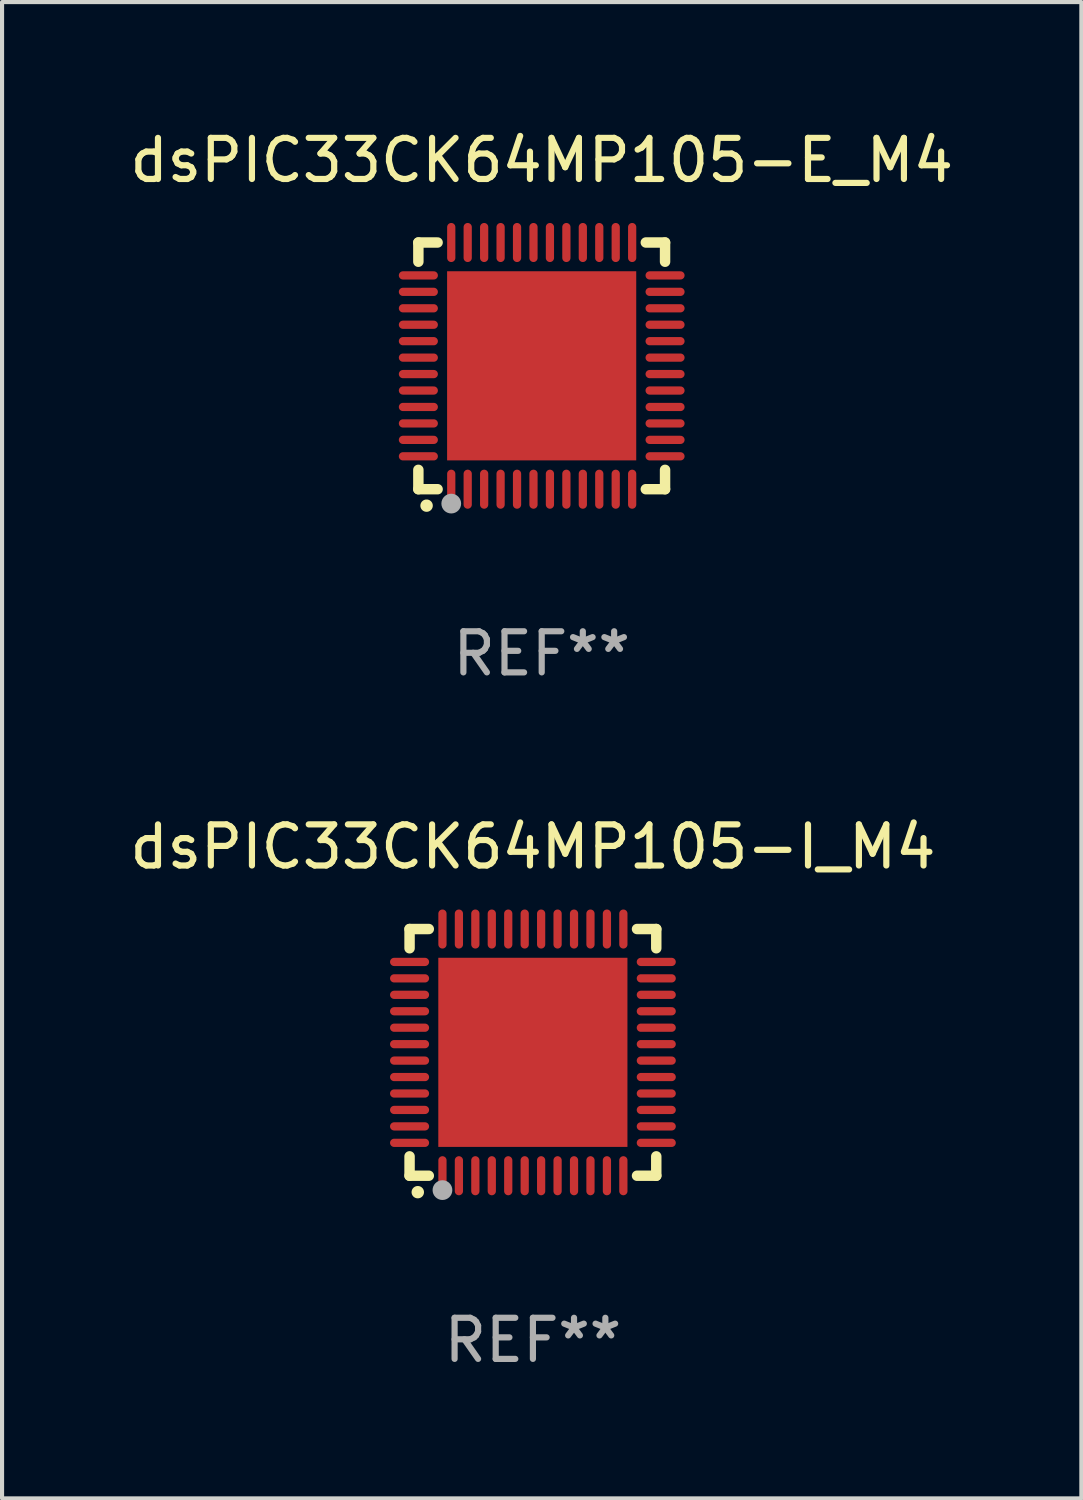
<source format=kicad_pcb>
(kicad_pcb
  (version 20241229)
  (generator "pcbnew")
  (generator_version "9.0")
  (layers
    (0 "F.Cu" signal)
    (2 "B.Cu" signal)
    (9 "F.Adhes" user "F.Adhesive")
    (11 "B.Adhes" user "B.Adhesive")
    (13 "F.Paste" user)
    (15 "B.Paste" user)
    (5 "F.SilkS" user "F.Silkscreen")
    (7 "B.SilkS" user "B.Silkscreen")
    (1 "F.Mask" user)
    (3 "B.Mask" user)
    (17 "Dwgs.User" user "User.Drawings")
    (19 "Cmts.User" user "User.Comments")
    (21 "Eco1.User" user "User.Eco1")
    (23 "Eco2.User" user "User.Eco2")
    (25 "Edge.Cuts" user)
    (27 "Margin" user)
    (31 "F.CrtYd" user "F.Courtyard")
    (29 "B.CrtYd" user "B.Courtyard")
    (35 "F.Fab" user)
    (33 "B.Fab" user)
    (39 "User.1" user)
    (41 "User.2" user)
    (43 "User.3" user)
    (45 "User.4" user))
  (footprint "dsPIC33CK64MP105-I_M4"
    (layer "F.Cu")
    (at 9.911 22.545)
    (property "Reference" "dsPIC33CK64MP105-I_M4" (at 0 -5 0) (layer "F.SilkS") (effects (font (size 1 1) (thickness 0.15))))
    (attr through_hole)
    (fp_line (start -3 -3) (end -2.532 -3) (stroke (width 0.254) (type solid)) (layer "F.SilkS"))
    (fp_line (start -3 -2.532) (end -3 -3) (stroke (width 0.254) (type solid)) (layer "F.SilkS"))
    (fp_line (start -3 3) (end -3 2.529) (stroke (width 0.254) (type solid)) (layer "F.SilkS"))
    (fp_line (start -2.532 3) (end -3 3) (stroke (width 0.254) (type solid)) (layer "F.SilkS"))
    (fp_line (start 2.532 -3) (end 3 -3) (stroke (width 0.254) (type solid)) (layer "F.SilkS"))
    (fp_line (start 3 -3) (end 3 -2.532) (stroke (width 0.254) (type solid)) (layer "F.SilkS"))
    (fp_line (start 3 2.529) (end 3 3) (stroke (width 0.254) (type solid)) (layer "F.SilkS"))
    (fp_line (start 3 3) (end 2.532 3) (stroke (width 0.254) (type solid)) (layer "F.SilkS"))
    (fp_arc (start -2.801295 3.400025) (mid -2.800025 3.40002) (end -2.798755 3.400025) (stroke (width 0.3) (type solid)) (layer "F.SilkS"))
    (fp_circle (center -3 3) (end -2.97 3) (stroke (width 0.06) (type solid)) (fill no) (layer "F.SilkS"))
    (fp_circle (center -2.2 3.35) (end -2.08 3.35) (stroke (width 0.24) (type solid)) (fill no) (layer "F.Fab"))
    (fp_text user "REF**" (at 0 7 0) (layer "F.Fab") (effects (font (size 1 1) (thickness 0.15))))
    (pad "1" smd oval (at -2.2 3) (size 0.2 0.95) (layers "F.Cu" "F.Mask" "F.Paste"))
    (pad "2" smd oval (at -1.8 3) (size 0.2 0.95) (layers "F.Cu" "F.Mask" "F.Paste"))
    (pad "3" smd oval (at -1.4 3) (size 0.2 0.95) (layers "F.Cu" "F.Mask" "F.Paste"))
    (pad "4" smd oval (at -1 3) (size 0.2 0.95) (layers "F.Cu" "F.Mask" "F.Paste"))
    (pad "5" smd oval (at -0.6 3) (size 0.2 0.95) (layers "F.Cu" "F.Mask" "F.Paste"))
    (pad "6" smd oval (at -0.2 3) (size 0.2 0.95) (layers "F.Cu" "F.Mask" "F.Paste"))
    (pad "7" smd oval (at 0.2 3) (size 0.2 0.95) (layers "F.Cu" "F.Mask" "F.Paste"))
    (pad "8" smd oval (at 0.6 3) (size 0.2 0.95) (layers "F.Cu" "F.Mask" "F.Paste"))
    (pad "9" smd oval (at 1 3) (size 0.2 0.95) (layers "F.Cu" "F.Mask" "F.Paste"))
    (pad "10" smd oval (at 1.4 3) (size 0.2 0.95) (layers "F.Cu" "F.Mask" "F.Paste"))
    (pad "11" smd oval (at 1.8 3) (size 0.2 0.95) (layers "F.Cu" "F.Mask" "F.Paste"))
    (pad "12" smd oval (at 2.2 3) (size 0.2 0.95) (layers "F.Cu" "F.Mask" "F.Paste"))
    (pad "13" smd oval (at 3 2.2 90) (size 0.2 0.95) (layers "F.Cu" "F.Mask" "F.Paste"))
    (pad "14" smd oval (at 3 1.8 90) (size 0.2 0.95) (layers "F.Cu" "F.Mask" "F.Paste"))
    (pad "15" smd oval (at 3 1.4 90) (size 0.2 0.95) (layers "F.Cu" "F.Mask" "F.Paste"))
    (pad "16" smd oval (at 3 1 90) (size 0.2 0.95) (layers "F.Cu" "F.Mask" "F.Paste"))
    (pad "17" smd oval (at 3 0.6 90) (size 0.2 0.95) (layers "F.Cu" "F.Mask" "F.Paste"))
    (pad "18" smd oval (at 3 0.2 90) (size 0.2 0.95) (layers "F.Cu" "F.Mask" "F.Paste"))
    (pad "19" smd oval (at 3 -0.2 90) (size 0.2 0.95) (layers "F.Cu" "F.Mask" "F.Paste"))
    (pad "20" smd oval (at 3 -0.6 90) (size 0.2 0.95) (layers "F.Cu" "F.Mask" "F.Paste"))
    (pad "21" smd oval (at 3 -1 90) (size 0.2 0.95) (layers "F.Cu" "F.Mask" "F.Paste"))
    (pad "22" smd oval (at 3 -1.4 90) (size 0.2 0.95) (layers "F.Cu" "F.Mask" "F.Paste"))
    (pad "23" smd oval (at 3 -1.8 90) (size 0.2 0.95) (layers "F.Cu" "F.Mask" "F.Paste"))
    (pad "24" smd oval (at 3 -2.2 90) (size 0.2 0.95) (layers "F.Cu" "F.Mask" "F.Paste"))
    (pad "25" smd oval (at 2.2 -3 180) (size 0.2 0.95) (layers "F.Cu" "F.Mask" "F.Paste"))
    (pad "26" smd oval (at 1.8 -3 180) (size 0.2 0.95) (layers "F.Cu" "F.Mask" "F.Paste"))
    (pad "27" smd oval (at 1.4 -3 180) (size 0.2 0.95) (layers "F.Cu" "F.Mask" "F.Paste"))
    (pad "28" smd oval (at 1 -3 180) (size 0.2 0.95) (layers "F.Cu" "F.Mask" "F.Paste"))
    (pad "29" smd oval (at 0.6 -3 180) (size 0.2 0.95) (layers "F.Cu" "F.Mask" "F.Paste"))
    (pad "30" smd oval (at 0.2 -3 180) (size 0.2 0.95) (layers "F.Cu" "F.Mask" "F.Paste"))
    (pad "31" smd oval (at -0.2 -3 180) (size 0.2 0.95) (layers "F.Cu" "F.Mask" "F.Paste"))
    (pad "32" smd oval (at -0.6 -3 180) (size 0.2 0.95) (layers "F.Cu" "F.Mask" "F.Paste"))
    (pad "33" smd oval (at -1 -3 180) (size 0.2 0.95) (layers "F.Cu" "F.Mask" "F.Paste"))
    (pad "34" smd oval (at -1.4 -3 180) (size 0.2 0.95) (layers "F.Cu" "F.Mask" "F.Paste"))
    (pad "35" smd oval (at -1.8 -3 180) (size 0.2 0.95) (layers "F.Cu" "F.Mask" "F.Paste"))
    (pad "36" smd oval (at -2.2 -3 180) (size 0.2 0.95) (layers "F.Cu" "F.Mask" "F.Paste"))
    (pad "37" smd oval (at -3 -2.2 270) (size 0.2 0.95) (layers "F.Cu" "F.Mask" "F.Paste"))
    (pad "38" smd oval (at -3 -1.8 270) (size 0.2 0.95) (layers "F.Cu" "F.Mask" "F.Paste"))
    (pad "39" smd oval (at -3 -1.4 270) (size 0.2 0.95) (layers "F.Cu" "F.Mask" "F.Paste"))
    (pad "40" smd oval (at -3 -1 270) (size 0.2 0.95) (layers "F.Cu" "F.Mask" "F.Paste"))
    (pad "41" smd oval (at -3 -0.6 270) (size 0.2 0.95) (layers "F.Cu" "F.Mask" "F.Paste"))
    (pad "42" smd oval (at -3 -0.2 270) (size 0.2 0.95) (layers "F.Cu" "F.Mask" "F.Paste"))
    (pad "43" smd oval (at -3 0.2 270) (size 0.2 0.95) (layers "F.Cu" "F.Mask" "F.Paste"))
    (pad "44" smd oval (at -3 0.6 270) (size 0.2 0.95) (layers "F.Cu" "F.Mask" "F.Paste"))
    (pad "45" smd oval (at -3 1 270) (size 0.2 0.95) (layers "F.Cu" "F.Mask" "F.Paste"))
    (pad "46" smd oval (at -3 1.4 270) (size 0.2 0.95) (layers "F.Cu" "F.Mask" "F.Paste"))
    (pad "47" smd oval (at -3 1.8 270) (size 0.2 0.95) (layers "F.Cu" "F.Mask" "F.Paste"))
    (pad "48" smd oval (at -3 2.2 270) (size 0.2 0.95) (layers "F.Cu" "F.Mask" "F.Paste"))
    (pad "49" smd rect (at -0.001 -0.001 180) (size 4.6 4.6) (layers "F.Cu" "F.Mask" "F.Paste")))
  (footprint "dsPIC33CK64MP105-E_M4"
    (layer "F.Cu")
    (at 10.125 5.848)
    (property "Reference" "dsPIC33CK64MP105-E_M4" (at 0 -5 0) (layer "F.SilkS") (effects (font (size 1 1) (thickness 0.15))))
    (attr through_hole)
    (fp_line (start -3 -3) (end -2.532 -3) (stroke (width 0.254) (type solid)) (layer "F.SilkS"))
    (fp_line (start -3 -2.532) (end -3 -3) (stroke (width 0.254) (type solid)) (layer "F.SilkS"))
    (fp_line (start -3 3) (end -3 2.529) (stroke (width 0.254) (type solid)) (layer "F.SilkS"))
    (fp_line (start -2.532 3) (end -3 3) (stroke (width 0.254) (type solid)) (layer "F.SilkS"))
    (fp_line (start 2.532 -3) (end 3 -3) (stroke (width 0.254) (type solid)) (layer "F.SilkS"))
    (fp_line (start 3 -3) (end 3 -2.532) (stroke (width 0.254) (type solid)) (layer "F.SilkS"))
    (fp_line (start 3 2.529) (end 3 3) (stroke (width 0.254) (type solid)) (layer "F.SilkS"))
    (fp_line (start 3 3) (end 2.532 3) (stroke (width 0.254) (type solid)) (layer "F.SilkS"))
    (fp_arc (start -2.801295 3.400025) (mid -2.800025 3.40002) (end -2.798755 3.400025) (stroke (width 0.3) (type solid)) (layer "F.SilkS"))
    (fp_circle (center -3 3) (end -2.97 3) (stroke (width 0.06) (type solid)) (fill no) (layer "F.SilkS"))
    (fp_circle (center -2.2 3.35) (end -2.08 3.35) (stroke (width 0.24) (type solid)) (fill no) (layer "F.Fab"))
    (fp_text user "REF**" (at 0 7 0) (layer "F.Fab") (effects (font (size 1 1) (thickness 0.15))))
    (pad "1" smd oval (at -2.2 3) (size 0.2 0.95) (layers "F.Cu" "F.Mask" "F.Paste"))
    (pad "2" smd oval (at -1.8 3) (size 0.2 0.95) (layers "F.Cu" "F.Mask" "F.Paste"))
    (pad "3" smd oval (at -1.4 3) (size 0.2 0.95) (layers "F.Cu" "F.Mask" "F.Paste"))
    (pad "4" smd oval (at -1 3) (size 0.2 0.95) (layers "F.Cu" "F.Mask" "F.Paste"))
    (pad "5" smd oval (at -0.6 3) (size 0.2 0.95) (layers "F.Cu" "F.Mask" "F.Paste"))
    (pad "6" smd oval (at -0.2 3) (size 0.2 0.95) (layers "F.Cu" "F.Mask" "F.Paste"))
    (pad "7" smd oval (at 0.2 3) (size 0.2 0.95) (layers "F.Cu" "F.Mask" "F.Paste"))
    (pad "8" smd oval (at 0.6 3) (size 0.2 0.95) (layers "F.Cu" "F.Mask" "F.Paste"))
    (pad "9" smd oval (at 1 3) (size 0.2 0.95) (layers "F.Cu" "F.Mask" "F.Paste"))
    (pad "10" smd oval (at 1.4 3) (size 0.2 0.95) (layers "F.Cu" "F.Mask" "F.Paste"))
    (pad "11" smd oval (at 1.8 3) (size 0.2 0.95) (layers "F.Cu" "F.Mask" "F.Paste"))
    (pad "12" smd oval (at 2.2 3) (size 0.2 0.95) (layers "F.Cu" "F.Mask" "F.Paste"))
    (pad "13" smd oval (at 3 2.2 90) (size 0.2 0.95) (layers "F.Cu" "F.Mask" "F.Paste"))
    (pad "14" smd oval (at 3 1.8 90) (size 0.2 0.95) (layers "F.Cu" "F.Mask" "F.Paste"))
    (pad "15" smd oval (at 3 1.4 90) (size 0.2 0.95) (layers "F.Cu" "F.Mask" "F.Paste"))
    (pad "16" smd oval (at 3 1 90) (size 0.2 0.95) (layers "F.Cu" "F.Mask" "F.Paste"))
    (pad "17" smd oval (at 3 0.6 90) (size 0.2 0.95) (layers "F.Cu" "F.Mask" "F.Paste"))
    (pad "18" smd oval (at 3 0.2 90) (size 0.2 0.95) (layers "F.Cu" "F.Mask" "F.Paste"))
    (pad "19" smd oval (at 3 -0.2 90) (size 0.2 0.95) (layers "F.Cu" "F.Mask" "F.Paste"))
    (pad "20" smd oval (at 3 -0.6 90) (size 0.2 0.95) (layers "F.Cu" "F.Mask" "F.Paste"))
    (pad "21" smd oval (at 3 -1 90) (size 0.2 0.95) (layers "F.Cu" "F.Mask" "F.Paste"))
    (pad "22" smd oval (at 3 -1.4 90) (size 0.2 0.95) (layers "F.Cu" "F.Mask" "F.Paste"))
    (pad "23" smd oval (at 3 -1.8 90) (size 0.2 0.95) (layers "F.Cu" "F.Mask" "F.Paste"))
    (pad "24" smd oval (at 3 -2.2 90) (size 0.2 0.95) (layers "F.Cu" "F.Mask" "F.Paste"))
    (pad "25" smd oval (at 2.2 -3 180) (size 0.2 0.95) (layers "F.Cu" "F.Mask" "F.Paste"))
    (pad "26" smd oval (at 1.8 -3 180) (size 0.2 0.95) (layers "F.Cu" "F.Mask" "F.Paste"))
    (pad "27" smd oval (at 1.4 -3 180) (size 0.2 0.95) (layers "F.Cu" "F.Mask" "F.Paste"))
    (pad "28" smd oval (at 1 -3 180) (size 0.2 0.95) (layers "F.Cu" "F.Mask" "F.Paste"))
    (pad "29" smd oval (at 0.6 -3 180) (size 0.2 0.95) (layers "F.Cu" "F.Mask" "F.Paste"))
    (pad "30" smd oval (at 0.2 -3 180) (size 0.2 0.95) (layers "F.Cu" "F.Mask" "F.Paste"))
    (pad "31" smd oval (at -0.2 -3 180) (size 0.2 0.95) (layers "F.Cu" "F.Mask" "F.Paste"))
    (pad "32" smd oval (at -0.6 -3 180) (size 0.2 0.95) (layers "F.Cu" "F.Mask" "F.Paste"))
    (pad "33" smd oval (at -1 -3 180) (size 0.2 0.95) (layers "F.Cu" "F.Mask" "F.Paste"))
    (pad "34" smd oval (at -1.4 -3 180) (size 0.2 0.95) (layers "F.Cu" "F.Mask" "F.Paste"))
    (pad "35" smd oval (at -1.8 -3 180) (size 0.2 0.95) (layers "F.Cu" "F.Mask" "F.Paste"))
    (pad "36" smd oval (at -2.2 -3 180) (size 0.2 0.95) (layers "F.Cu" "F.Mask" "F.Paste"))
    (pad "37" smd oval (at -3 -2.2 270) (size 0.2 0.95) (layers "F.Cu" "F.Mask" "F.Paste"))
    (pad "38" smd oval (at -3 -1.8 270) (size 0.2 0.95) (layers "F.Cu" "F.Mask" "F.Paste"))
    (pad "39" smd oval (at -3 -1.4 270) (size 0.2 0.95) (layers "F.Cu" "F.Mask" "F.Paste"))
    (pad "40" smd oval (at -3 -1 270) (size 0.2 0.95) (layers "F.Cu" "F.Mask" "F.Paste"))
    (pad "41" smd oval (at -3 -0.6 270) (size 0.2 0.95) (layers "F.Cu" "F.Mask" "F.Paste"))
    (pad "42" smd oval (at -3 -0.2 270) (size 0.2 0.95) (layers "F.Cu" "F.Mask" "F.Paste"))
    (pad "43" smd oval (at -3 0.2 270) (size 0.2 0.95) (layers "F.Cu" "F.Mask" "F.Paste"))
    (pad "44" smd oval (at -3 0.6 270) (size 0.2 0.95) (layers "F.Cu" "F.Mask" "F.Paste"))
    (pad "45" smd oval (at -3 1 270) (size 0.2 0.95) (layers "F.Cu" "F.Mask" "F.Paste"))
    (pad "46" smd oval (at -3 1.4 270) (size 0.2 0.95) (layers "F.Cu" "F.Mask" "F.Paste"))
    (pad "47" smd oval (at -3 1.8 270) (size 0.2 0.95) (layers "F.Cu" "F.Mask" "F.Paste"))
    (pad "48" smd oval (at -3 2.2 270) (size 0.2 0.95) (layers "F.Cu" "F.Mask" "F.Paste"))
    (pad "49" smd rect (at -0.001 -0.001 180) (size 4.6 4.6) (layers "F.Cu" "F.Mask" "F.Paste")))
  (gr_rect
    (start -3 -3)
    (end 23.25 33.393)
    (stroke (width 0.1) (type default))
    (fill no)
    (layer "Edge.Cuts")))
</source>
